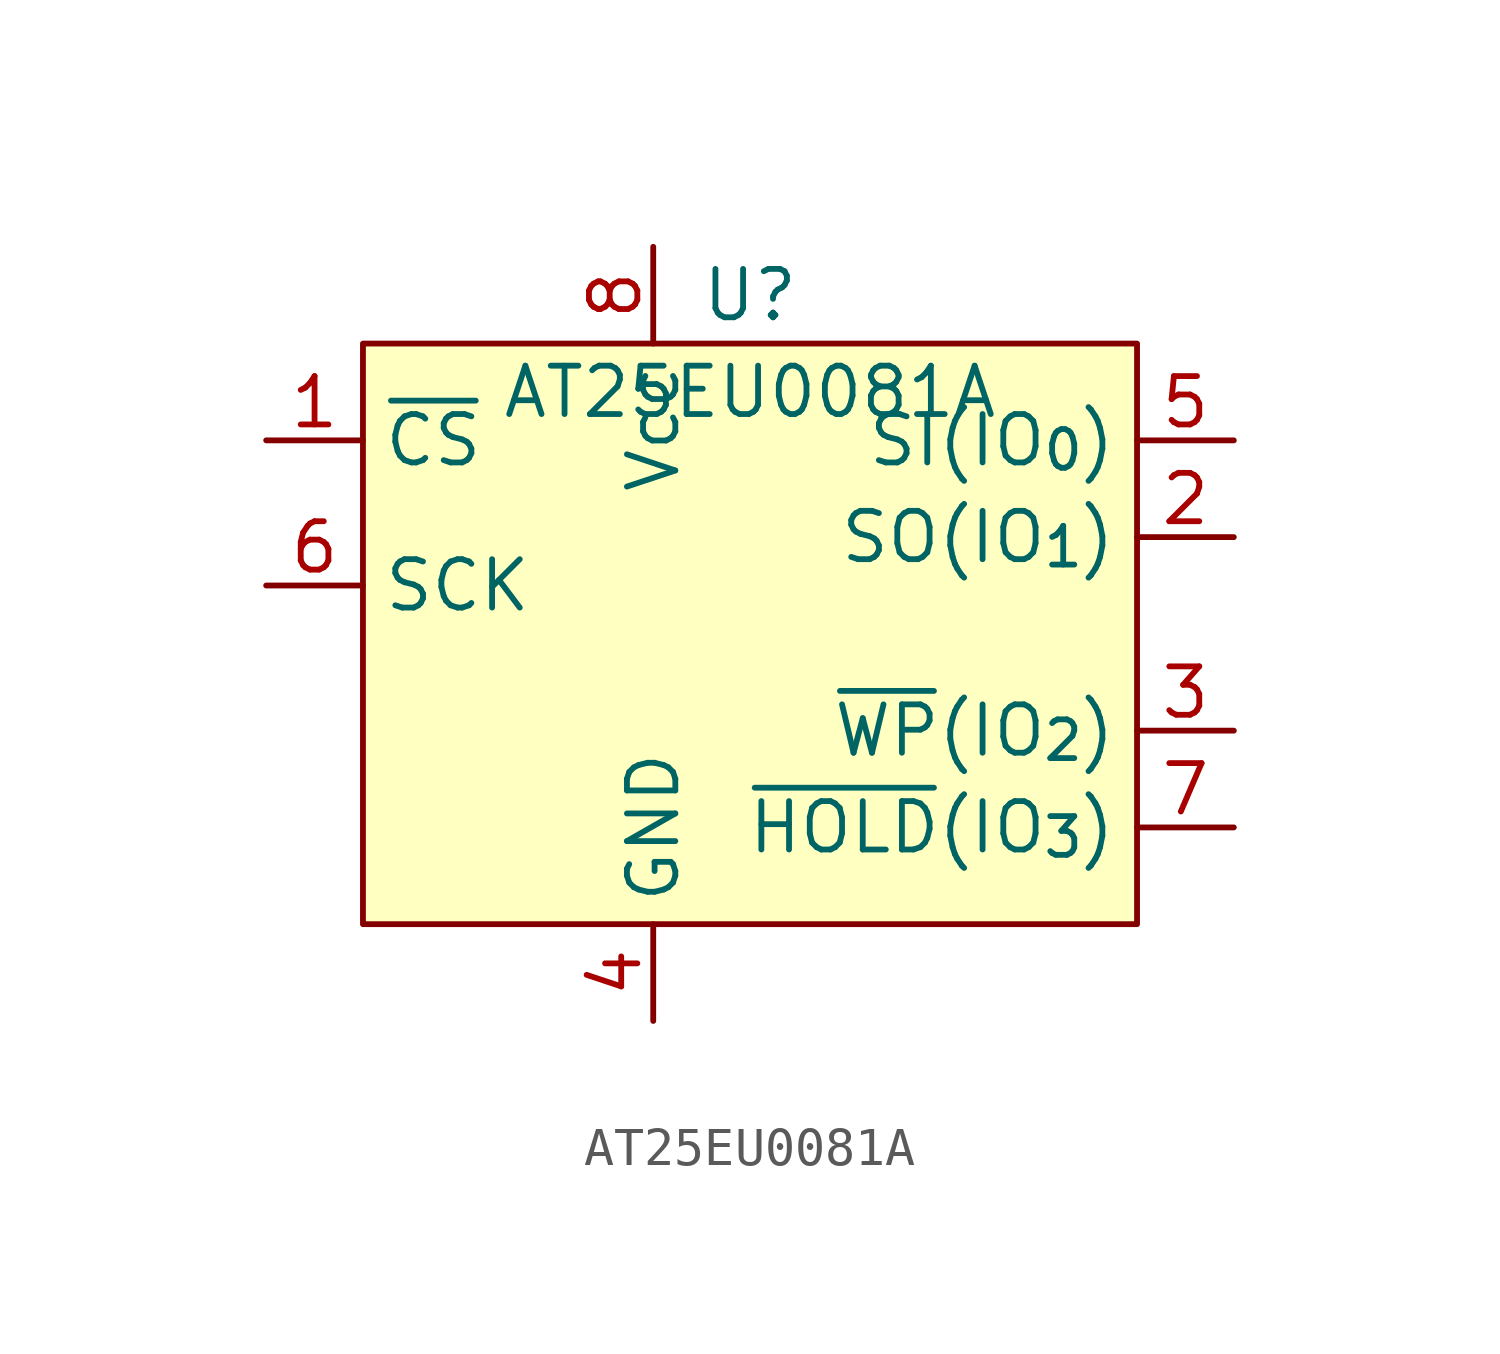
<source format=kicad_sym>
(kicad_symbol_lib
  (version 20231120)
  (generator "kicad_symbol_editor")
  (generator_version "8.0")
  (symbol "AT25EU0081A"
    (property "Reference" "U"
      (at 0 1.27 0)
      (effects (font (size 1.27 1.27))))
    (property "Value" "AT25EU0081A"
      (at 0 -1.27 0)
      (effects (font (size 1.27 1.27))))
    (symbol "AT25EU0081A_1_1"
      (rectangle (start -10.16 0) (end 10.16 -15.24) (stroke (width 0) (type default)) (fill (type background)))
      (pin input line (at -12.7 -2.54 0) (length 2.54) (name "~{CS}" (effects (font (size 1.27 1.27)))) (number "1" (effects (font (size 1.27 1.27)))))
      (pin bidirectional line (at 12.7 -5.08 180) (length 2.54) (name "SO(IO_{1})" (effects (font (size 1.27 1.27)))) (number "2" (effects (font (size 1.27 1.27)))))
      (pin bidirectional line (at 12.7 -10.16 180) (length 2.54) (name "~{WP}(IO_{2})" (effects (font (size 1.27 1.27)))) (number "3" (effects (font (size 1.27 1.27)))))
      (pin power_in line (at -2.54 -17.78 90) (length 2.54) (name "GND" (effects (font (size 1.27 1.27)))) (number "4" (effects (font (size 1.27 1.27)))))
      (pin bidirectional line (at 12.7 -2.54 180) (length 2.54) (name "SI(IO_{0})" (effects (font (size 1.27 1.27)))) (number "5" (effects (font (size 1.27 1.27)))))
      (pin input line (at -12.7 -6.35 0) (length 2.54) (name "SCK" (effects (font (size 1.27 1.27)))) (number "6" (effects (font (size 1.27 1.27)))))
      (pin bidirectional line (at 12.7 -12.7 180) (length 2.54) (name "~{HOLD}(IO_{3})" (effects (font (size 1.27 1.27)))) (number "7" (effects (font (size 1.27 1.27)))))
      (pin power_in line (at -2.54 2.54 270) (length 2.54) (name "Vcc" (effects (font (size 1.27 1.27)))) (number "8" (effects (font (size 1.27 1.27))))))))
</source>
